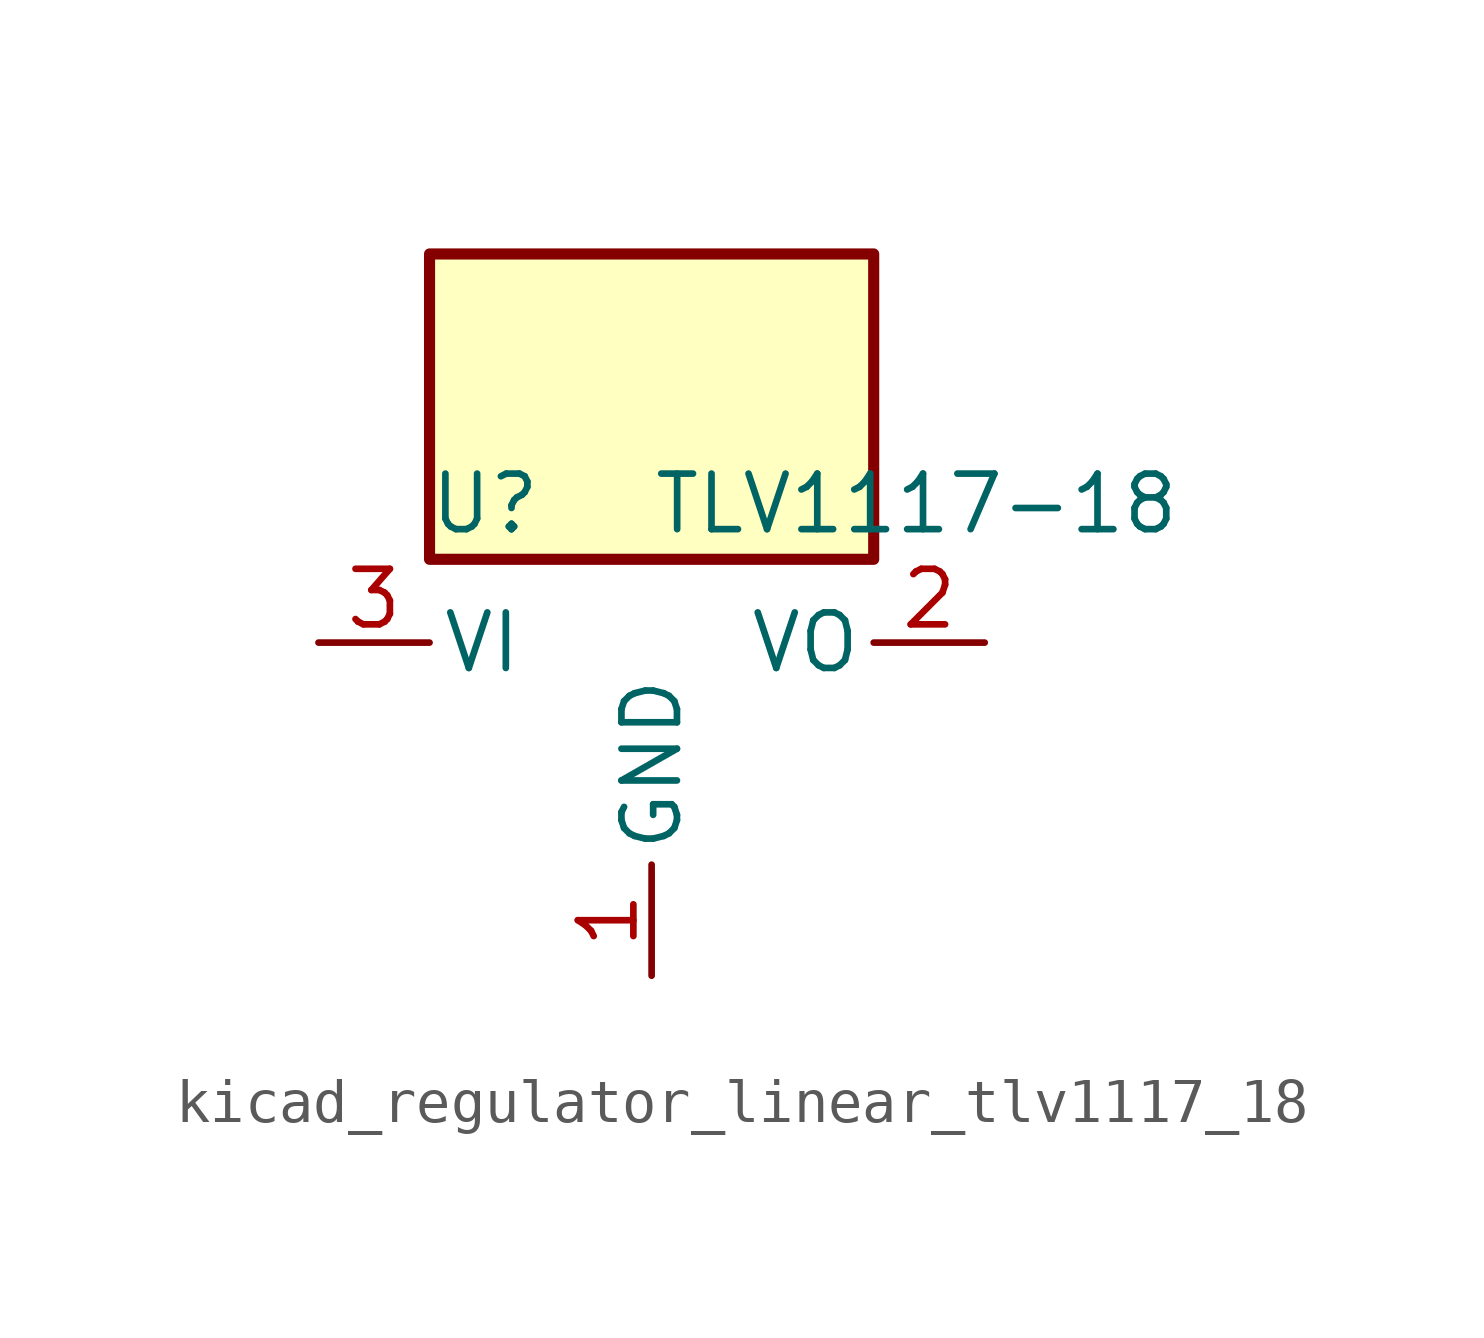
<source format=kicad_sym>
(kicad_symbol_lib
  (version 20220914)
  (generator kicad_symbol_editor)
  (symbol "kicad_regulator_linear_tlv1117_18"
    (pin_names
      (offset 0.254))
    (property "Reference" "U"
      (at -3.81 3.175 0)
      (effects (font (size 1.27 1.27))))
    (property "Value" "TLV1117-18"
      (at 0 3.175 0)
      (effects (font (size 1.27 1.27)) (justify left)))
    (symbol "kicad_regulator_linear_tlv1117_18_0_1"
      (rectangle (start 5.08 8.89) (end -5.08 1.905) (stroke (width 0.254) (type default)) (fill (type background))))
    (symbol "kicad_regulator_linear_tlv1117_18_1_1"
      (pin power_in line (at 0 -7.62 90) (length 2.54) (name "GND" (effects (font (size 1.27 1.27)))) (number "1" (effects (font (size 1.27 1.27)))))
      (pin power_out line (at 7.62 0 180) (length 2.54) (name "VO" (effects (font (size 1.27 1.27)))) (number "2" (effects (font (size 1.27 1.27)))))
      (pin power_in line (at -7.62 0 0) (length 2.54) (name "VI" (effects (font (size 1.27 1.27)))) (number "3" (effects (font (size 1.27 1.27))))))))
</source>
